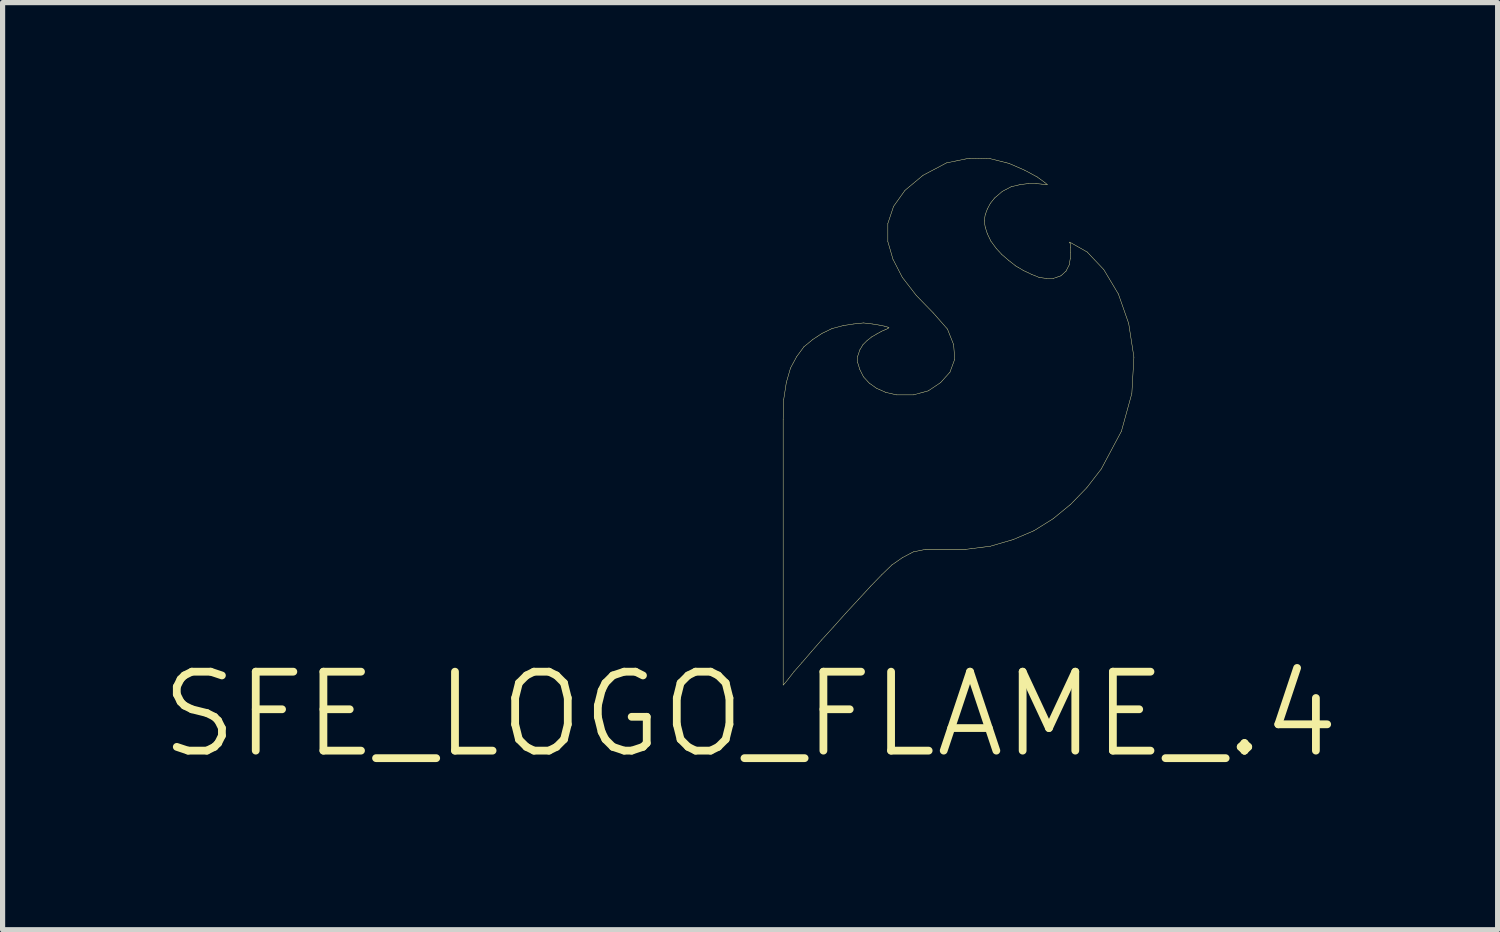
<source format=kicad_pcb>
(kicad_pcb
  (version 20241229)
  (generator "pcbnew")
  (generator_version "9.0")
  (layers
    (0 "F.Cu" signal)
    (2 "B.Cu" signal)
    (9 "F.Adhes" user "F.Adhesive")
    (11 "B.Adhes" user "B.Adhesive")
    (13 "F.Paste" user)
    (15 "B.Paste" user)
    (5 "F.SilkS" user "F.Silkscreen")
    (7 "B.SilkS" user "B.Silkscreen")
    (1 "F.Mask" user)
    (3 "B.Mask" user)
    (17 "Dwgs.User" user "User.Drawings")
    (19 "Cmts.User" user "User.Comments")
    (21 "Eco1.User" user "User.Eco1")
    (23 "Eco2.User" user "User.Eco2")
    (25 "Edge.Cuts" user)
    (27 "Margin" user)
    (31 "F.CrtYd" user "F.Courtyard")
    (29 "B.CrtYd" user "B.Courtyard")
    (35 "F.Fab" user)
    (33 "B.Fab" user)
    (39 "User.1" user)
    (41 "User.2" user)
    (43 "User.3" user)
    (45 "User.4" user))
  (footprint "SFE_LOGO_FLAME_.4"
    (layer "F.Cu")
    (at 11.43 10.743)
    (property "Reference" "SFE_LOGO_FLAME_.4" (at 0 0 0) (layer "F.SilkS") (effects (font (size 1.524 1.524) (thickness 0.15))))
    (attr exclude_from_pos_files exclude_from_bom)
    (fp_line (start 0.638 -5.7) (end 0.638 -0.569) (stroke (width 0.008) (type solid)) (layer "F.SilkS"))
    (fp_line (start 0.638 -0.569) (end 0.668 -0.599) (stroke (width 0.008) (type solid)) (layer "F.SilkS"))
    (fp_line (start 0.648 -6.078) (end 0.638 -5.7) (stroke (width 0.008) (type solid)) (layer "F.SilkS"))
    (fp_line (start 0.668 -0.599) (end 0.739 -0.688) (stroke (width 0.008) (type solid)) (layer "F.SilkS"))
    (fp_line (start 0.699 -6.408) (end 0.648 -6.078) (stroke (width 0.008) (type solid)) (layer "F.SilkS"))
    (fp_line (start 0.739 -0.688) (end 0.848 -0.828) (stroke (width 0.008) (type solid)) (layer "F.SilkS"))
    (fp_line (start 0.78 -6.688) (end 0.699 -6.408) (stroke (width 0.008) (type solid)) (layer "F.SilkS"))
    (fp_line (start 0.848 -0.828) (end 0.998 -0.998) (stroke (width 0.008) (type solid)) (layer "F.SilkS"))
    (fp_line (start 0.899 -6.909) (end 0.78 -6.688) (stroke (width 0.008) (type solid)) (layer "F.SilkS"))
    (fp_line (start 0.998 -0.998) (end 1.179 -1.209) (stroke (width 0.008) (type solid)) (layer "F.SilkS"))
    (fp_line (start 1.039 -7.099) (end 0.899 -6.909) (stroke (width 0.008) (type solid)) (layer "F.SilkS"))
    (fp_line (start 1.179 -1.209) (end 1.379 -1.438) (stroke (width 0.008) (type solid)) (layer "F.SilkS"))
    (fp_line (start 1.209 -7.239) (end 1.039 -7.099) (stroke (width 0.008) (type solid)) (layer "F.SilkS"))
    (fp_line (start 1.379 -1.438) (end 1.608 -1.689) (stroke (width 0.008) (type solid)) (layer "F.SilkS"))
    (fp_line (start 1.389 -7.358) (end 1.209 -7.239) (stroke (width 0.008) (type solid)) (layer "F.SilkS"))
    (fp_line (start 1.58 -7.45) (end 1.389 -7.358) (stroke (width 0.008) (type solid)) (layer "F.SilkS"))
    (fp_line (start 1.608 -1.689) (end 1.839 -1.948) (stroke (width 0.008) (type solid)) (layer "F.SilkS"))
    (fp_line (start 1.798 -7.508) (end 1.58 -7.45) (stroke (width 0.008) (type solid)) (layer "F.SilkS"))
    (fp_line (start 1.839 -1.948) (end 2.098 -2.228) (stroke (width 0.008) (type solid)) (layer "F.SilkS"))
    (fp_line (start 1.999 -7.539) (end 1.798 -7.508) (stroke (width 0.008) (type solid)) (layer "F.SilkS"))
    (fp_line (start 2.078 -6.919) (end 2.118 -7.038) (stroke (width 0.008) (type solid)) (layer "F.SilkS"))
    (fp_line (start 2.078 -6.789) (end 2.078 -6.919) (stroke (width 0.008) (type solid)) (layer "F.SilkS"))
    (fp_line (start 2.098 -2.228) (end 2.329 -2.479) (stroke (width 0.008) (type solid)) (layer "F.SilkS"))
    (fp_line (start 2.118 -7.038) (end 2.179 -7.14) (stroke (width 0.008) (type solid)) (layer "F.SilkS"))
    (fp_line (start 2.118 -6.66) (end 2.078 -6.789) (stroke (width 0.008) (type solid)) (layer "F.SilkS"))
    (fp_line (start 2.179 -7.14) (end 2.258 -7.219) (stroke (width 0.008) (type solid)) (layer "F.SilkS"))
    (fp_line (start 2.189 -7.559) (end 1.999 -7.539) (stroke (width 0.008) (type solid)) (layer "F.SilkS"))
    (fp_line (start 2.189 -6.518) (end 2.118 -6.66) (stroke (width 0.008) (type solid)) (layer "F.SilkS"))
    (fp_line (start 2.258 -7.219) (end 2.349 -7.29) (stroke (width 0.008) (type solid)) (layer "F.SilkS"))
    (fp_line (start 2.299 -6.398) (end 2.189 -6.518) (stroke (width 0.008) (type solid)) (layer "F.SilkS"))
    (fp_line (start 2.329 -2.479) (end 2.54 -2.697) (stroke (width 0.008) (type solid)) (layer "F.SilkS"))
    (fp_line (start 2.349 -7.29) (end 2.449 -7.348) (stroke (width 0.008) (type solid)) (layer "F.SilkS"))
    (fp_line (start 2.36 -7.539) (end 2.189 -7.559) (stroke (width 0.008) (type solid)) (layer "F.SilkS"))
    (fp_line (start 2.438 -6.299) (end 2.299 -6.398) (stroke (width 0.008) (type solid)) (layer "F.SilkS"))
    (fp_line (start 2.449 -7.348) (end 2.54 -7.399) (stroke (width 0.008) (type solid)) (layer "F.SilkS"))
    (fp_line (start 2.489 -7.518) (end 2.36 -7.539) (stroke (width 0.008) (type solid)) (layer "F.SilkS"))
    (fp_line (start 2.54 -7.399) (end 2.609 -7.429) (stroke (width 0.008) (type solid)) (layer "F.SilkS"))
    (fp_line (start 2.54 -2.697) (end 2.738 -2.888) (stroke (width 0.008) (type solid)) (layer "F.SilkS"))
    (fp_line (start 2.588 -7.498) (end 2.489 -7.518) (stroke (width 0.008) (type solid)) (layer "F.SilkS"))
    (fp_line (start 2.609 -7.429) (end 2.659 -7.45) (stroke (width 0.008) (type solid)) (layer "F.SilkS"))
    (fp_line (start 2.619 -6.218) (end 2.438 -6.299) (stroke (width 0.008) (type solid)) (layer "F.SilkS"))
    (fp_line (start 2.659 -9.479) (end 2.659 -9.129) (stroke (width 0.008) (type solid)) (layer "F.SilkS"))
    (fp_line (start 2.659 -9.129) (end 2.758 -8.788) (stroke (width 0.008) (type solid)) (layer "F.SilkS"))
    (fp_line (start 2.659 -7.478) (end 2.588 -7.498) (stroke (width 0.008) (type solid)) (layer "F.SilkS"))
    (fp_line (start 2.659 -7.45) (end 2.68 -7.468) (stroke (width 0.008) (type solid)) (layer "F.SilkS"))
    (fp_line (start 2.68 -7.468) (end 2.659 -7.478) (stroke (width 0.008) (type solid)) (layer "F.SilkS"))
    (fp_line (start 2.738 -2.888) (end 2.939 -3.028) (stroke (width 0.008) (type solid)) (layer "F.SilkS"))
    (fp_line (start 2.758 -8.788) (end 2.939 -8.438) (stroke (width 0.008) (type solid)) (layer "F.SilkS"))
    (fp_line (start 2.769 -9.809) (end 2.659 -9.479) (stroke (width 0.008) (type solid)) (layer "F.SilkS"))
    (fp_line (start 2.83 -6.17) (end 2.619 -6.218) (stroke (width 0.008) (type solid)) (layer "F.SilkS"))
    (fp_line (start 2.939 -8.438) (end 3.208 -8.09) (stroke (width 0.008) (type solid)) (layer "F.SilkS"))
    (fp_line (start 2.939 -3.028) (end 3.15 -3.139) (stroke (width 0.008) (type solid)) (layer "F.SilkS"))
    (fp_line (start 2.99 -10.119) (end 2.769 -9.809) (stroke (width 0.008) (type solid)) (layer "F.SilkS"))
    (fp_line (start 3.15 -6.17) (end 2.83 -6.17) (stroke (width 0.008) (type solid)) (layer "F.SilkS"))
    (fp_line (start 3.15 -3.139) (end 3.388 -3.188) (stroke (width 0.008) (type solid)) (layer "F.SilkS"))
    (fp_line (start 3.208 -8.09) (end 3.538 -7.75) (stroke (width 0.008) (type solid)) (layer "F.SilkS"))
    (fp_line (start 3.338 -10.409) (end 2.99 -10.119) (stroke (width 0.008) (type solid)) (layer "F.SilkS"))
    (fp_line (start 3.388 -3.188) (end 4.158 -3.188) (stroke (width 0.008) (type solid)) (layer "F.SilkS"))
    (fp_line (start 3.439 -6.248) (end 3.15 -6.17) (stroke (width 0.008) (type solid)) (layer "F.SilkS"))
    (fp_line (start 3.538 -7.75) (end 3.81 -7.44) (stroke (width 0.008) (type solid)) (layer "F.SilkS"))
    (fp_line (start 3.678 -6.408) (end 3.439 -6.248) (stroke (width 0.008) (type solid)) (layer "F.SilkS"))
    (fp_line (start 3.79 -10.648) (end 3.338 -10.409) (stroke (width 0.008) (type solid)) (layer "F.SilkS"))
    (fp_line (start 3.81 -7.44) (end 3.929 -7.14) (stroke (width 0.008) (type solid)) (layer "F.SilkS"))
    (fp_line (start 3.858 -6.609) (end 3.678 -6.408) (stroke (width 0.008) (type solid)) (layer "F.SilkS"))
    (fp_line (start 3.929 -7.14) (end 3.95 -6.858) (stroke (width 0.008) (type solid)) (layer "F.SilkS"))
    (fp_line (start 3.95 -6.858) (end 3.858 -6.609) (stroke (width 0.008) (type solid)) (layer "F.SilkS"))
    (fp_line (start 4.158 -3.188) (end 4.638 -3.249) (stroke (width 0.008) (type solid)) (layer "F.SilkS"))
    (fp_line (start 4.229 -10.739) (end 3.79 -10.648) (stroke (width 0.008) (type solid)) (layer "F.SilkS"))
    (fp_line (start 4.519 -9.528) (end 4.539 -9.649) (stroke (width 0.008) (type solid)) (layer "F.SilkS"))
    (fp_line (start 4.539 -9.649) (end 4.58 -9.759) (stroke (width 0.008) (type solid)) (layer "F.SilkS"))
    (fp_line (start 4.539 -9.408) (end 4.519 -9.528) (stroke (width 0.008) (type solid)) (layer "F.SilkS"))
    (fp_line (start 4.58 -9.759) (end 4.638 -9.868) (stroke (width 0.008) (type solid)) (layer "F.SilkS"))
    (fp_line (start 4.58 -9.279) (end 4.539 -9.408) (stroke (width 0.008) (type solid)) (layer "F.SilkS"))
    (fp_line (start 4.638 -10.729) (end 4.229 -10.739) (stroke (width 0.008) (type solid)) (layer "F.SilkS"))
    (fp_line (start 4.638 -9.868) (end 4.719 -9.97) (stroke (width 0.008) (type solid)) (layer "F.SilkS"))
    (fp_line (start 4.638 -3.249) (end 5.08 -3.378) (stroke (width 0.008) (type solid)) (layer "F.SilkS"))
    (fp_line (start 4.648 -9.139) (end 4.58 -9.279) (stroke (width 0.008) (type solid)) (layer "F.SilkS"))
    (fp_line (start 4.719 -9.97) (end 4.869 -10.099) (stroke (width 0.008) (type solid)) (layer "F.SilkS"))
    (fp_line (start 4.75 -8.999) (end 4.648 -9.139) (stroke (width 0.008) (type solid)) (layer "F.SilkS"))
    (fp_line (start 4.859 -8.88) (end 4.75 -8.999) (stroke (width 0.008) (type solid)) (layer "F.SilkS"))
    (fp_line (start 4.869 -10.099) (end 5.039 -10.188) (stroke (width 0.008) (type solid)) (layer "F.SilkS"))
    (fp_line (start 4.989 -8.768) (end 4.859 -8.88) (stroke (width 0.008) (type solid)) (layer "F.SilkS"))
    (fp_line (start 4.999 -10.638) (end 4.638 -10.729) (stroke (width 0.008) (type solid)) (layer "F.SilkS"))
    (fp_line (start 5.039 -10.188) (end 5.21 -10.229) (stroke (width 0.008) (type solid)) (layer "F.SilkS"))
    (fp_line (start 5.08 -3.378) (end 5.479 -3.548) (stroke (width 0.008) (type solid)) (layer "F.SilkS"))
    (fp_line (start 5.128 -8.659) (end 4.989 -8.768) (stroke (width 0.008) (type solid)) (layer "F.SilkS"))
    (fp_line (start 5.21 -10.229) (end 5.37 -10.249) (stroke (width 0.008) (type solid)) (layer "F.SilkS"))
    (fp_line (start 5.278 -8.57) (end 5.128 -8.659) (stroke (width 0.008) (type solid)) (layer "F.SilkS"))
    (fp_line (start 5.298 -10.508) (end 4.999 -10.638) (stroke (width 0.008) (type solid)) (layer "F.SilkS"))
    (fp_line (start 5.37 -10.249) (end 5.519 -10.249) (stroke (width 0.008) (type solid)) (layer "F.SilkS"))
    (fp_line (start 5.428 -8.499) (end 5.278 -8.57) (stroke (width 0.008) (type solid)) (layer "F.SilkS"))
    (fp_line (start 5.479 -3.548) (end 5.85 -3.78) (stroke (width 0.008) (type solid)) (layer "F.SilkS"))
    (fp_line (start 5.519 -10.249) (end 5.629 -10.239) (stroke (width 0.008) (type solid)) (layer "F.SilkS"))
    (fp_line (start 5.54 -10.378) (end 5.298 -10.508) (stroke (width 0.008) (type solid)) (layer "F.SilkS"))
    (fp_line (start 5.578 -8.438) (end 5.428 -8.499) (stroke (width 0.008) (type solid)) (layer "F.SilkS"))
    (fp_line (start 5.629 -10.239) (end 5.71 -10.229) (stroke (width 0.008) (type solid)) (layer "F.SilkS"))
    (fp_line (start 5.69 -10.269) (end 5.54 -10.378) (stroke (width 0.008) (type solid)) (layer "F.SilkS"))
    (fp_line (start 5.71 -10.229) (end 5.738 -10.229) (stroke (width 0.008) (type solid)) (layer "F.SilkS"))
    (fp_line (start 5.718 -8.418) (end 5.578 -8.438) (stroke (width 0.008) (type solid)) (layer "F.SilkS"))
    (fp_line (start 5.738 -10.229) (end 5.69 -10.269) (stroke (width 0.008) (type solid)) (layer "F.SilkS"))
    (fp_line (start 5.85 -8.418) (end 5.718 -8.418) (stroke (width 0.008) (type solid)) (layer "F.SilkS"))
    (fp_line (start 5.85 -3.78) (end 6.19 -4.059) (stroke (width 0.008) (type solid)) (layer "F.SilkS"))
    (fp_line (start 5.999 -8.468) (end 5.85 -8.418) (stroke (width 0.008) (type solid)) (layer "F.SilkS"))
    (fp_line (start 6.099 -8.56) (end 5.999 -8.468) (stroke (width 0.008) (type solid)) (layer "F.SilkS"))
    (fp_line (start 6.16 -8.679) (end 6.099 -8.56) (stroke (width 0.008) (type solid)) (layer "F.SilkS"))
    (fp_line (start 6.17 -9.119) (end 6.17 -9.108) (stroke (width 0.008) (type solid)) (layer "F.SilkS"))
    (fp_line (start 6.17 -9.108) (end 6.18 -9.088) (stroke (width 0.008) (type solid)) (layer "F.SilkS"))
    (fp_line (start 6.18 -9.088) (end 6.19 -9.02) (stroke (width 0.008) (type solid)) (layer "F.SilkS"))
    (fp_line (start 6.18 -8.799) (end 6.16 -8.679) (stroke (width 0.008) (type solid)) (layer "F.SilkS"))
    (fp_line (start 6.19 -9.02) (end 6.19 -8.918) (stroke (width 0.008) (type solid)) (layer "F.SilkS"))
    (fp_line (start 6.19 -8.918) (end 6.18 -8.799) (stroke (width 0.008) (type solid)) (layer "F.SilkS"))
    (fp_line (start 6.19 -4.059) (end 6.5 -4.379) (stroke (width 0.008) (type solid)) (layer "F.SilkS"))
    (fp_line (start 6.5 -4.379) (end 6.779 -4.74) (stroke (width 0.008) (type solid)) (layer "F.SilkS"))
    (fp_line (start 6.507 -8.928) (end 6.17 -9.119) (stroke (width 0.008) (type solid)) (layer "F.SilkS"))
    (fp_line (start 6.779 -4.74) (end 7.168 -5.469) (stroke (width 0.008) (type solid)) (layer "F.SilkS"))
    (fp_line (start 6.828 -8.588) (end 6.507 -8.928) (stroke (width 0.008) (type solid)) (layer "F.SilkS"))
    (fp_line (start 7.109 -8.118) (end 6.828 -8.588) (stroke (width 0.008) (type solid)) (layer "F.SilkS"))
    (fp_line (start 7.168 -5.469) (end 7.369 -6.198) (stroke (width 0.008) (type solid)) (layer "F.SilkS"))
    (fp_line (start 7.308 -7.549) (end 7.109 -8.118) (stroke (width 0.008) (type solid)) (layer "F.SilkS"))
    (fp_line (start 7.369 -6.198) (end 7.409 -6.899) (stroke (width 0.008) (type solid)) (layer "F.SilkS"))
    (fp_line (start 7.409 -6.899) (end 7.308 -7.549) (stroke (width 0.008) (type solid)) (layer "F.SilkS")))
  (gr_rect
    (start -3 -3)
    (end 25.86 14.898)
    (stroke (width 0.1) (type default))
    (fill no)
    (layer "Edge.Cuts")))
</source>
